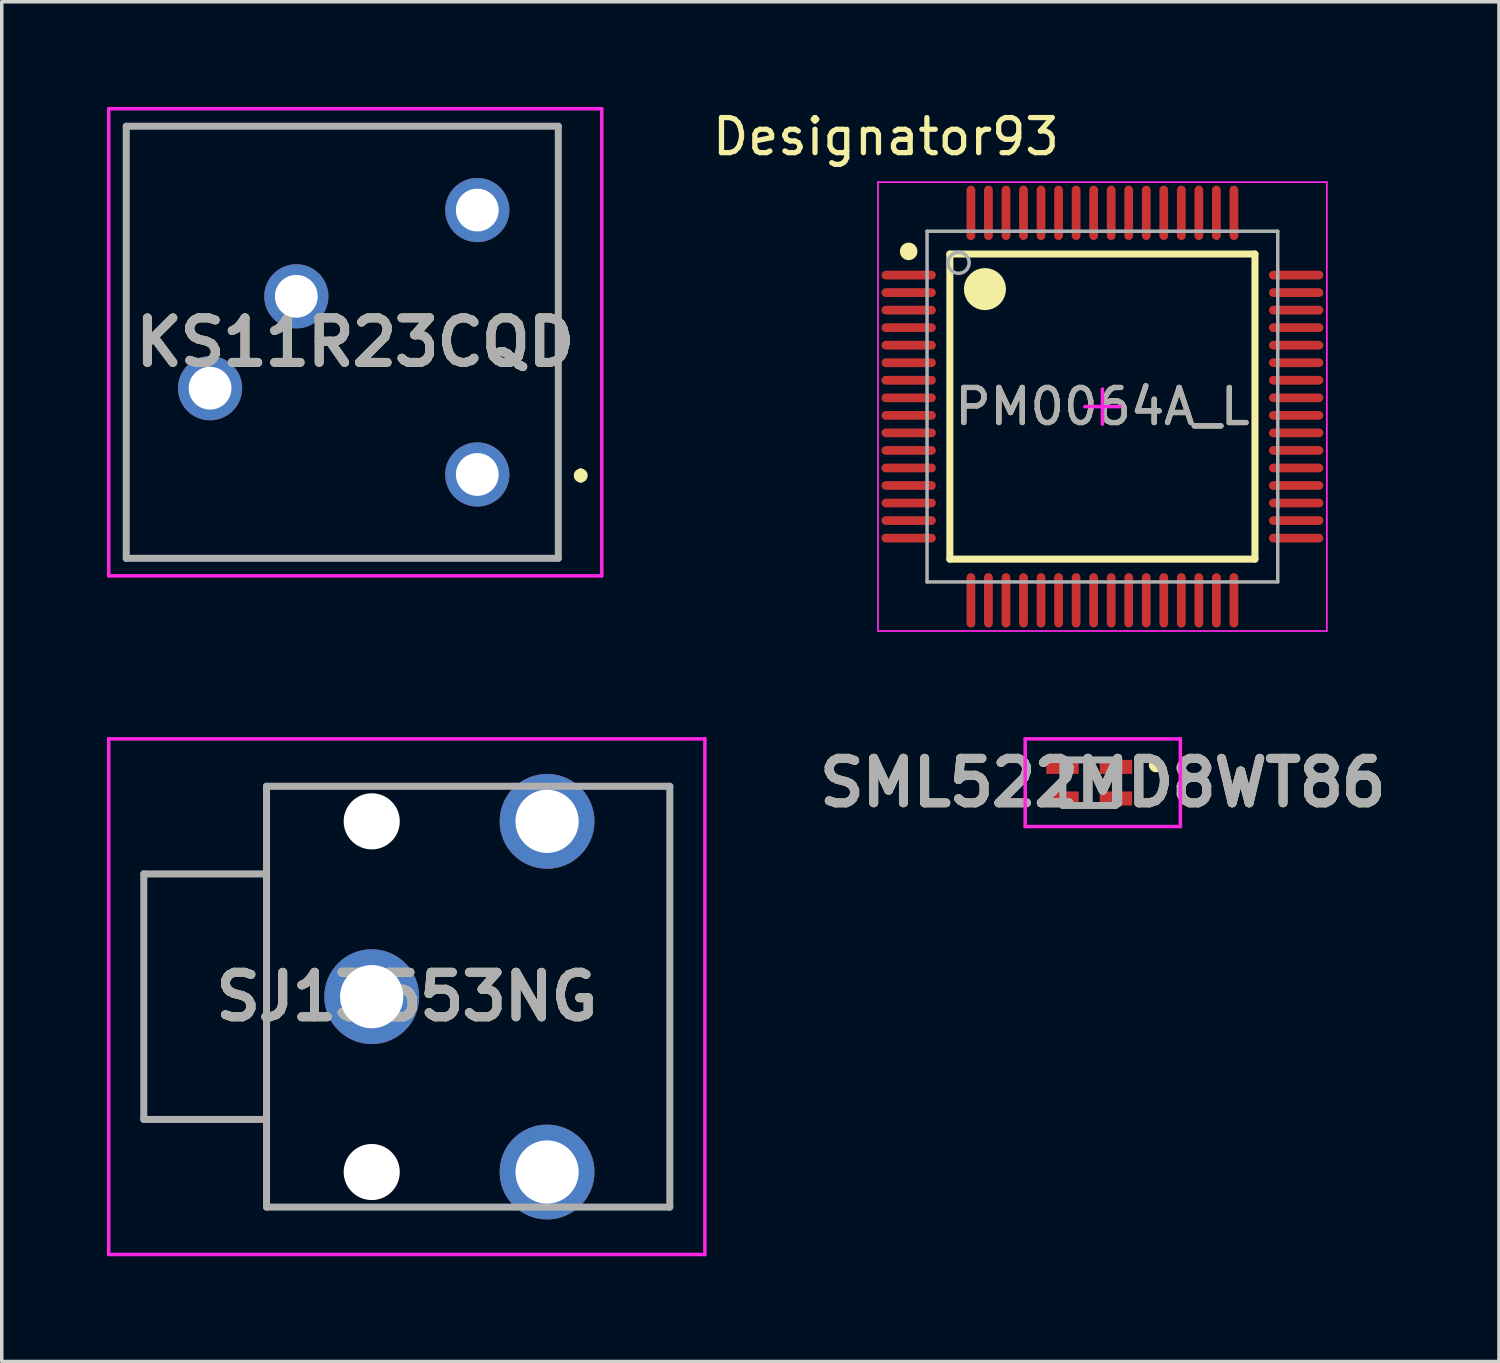
<source format=kicad_pcb>
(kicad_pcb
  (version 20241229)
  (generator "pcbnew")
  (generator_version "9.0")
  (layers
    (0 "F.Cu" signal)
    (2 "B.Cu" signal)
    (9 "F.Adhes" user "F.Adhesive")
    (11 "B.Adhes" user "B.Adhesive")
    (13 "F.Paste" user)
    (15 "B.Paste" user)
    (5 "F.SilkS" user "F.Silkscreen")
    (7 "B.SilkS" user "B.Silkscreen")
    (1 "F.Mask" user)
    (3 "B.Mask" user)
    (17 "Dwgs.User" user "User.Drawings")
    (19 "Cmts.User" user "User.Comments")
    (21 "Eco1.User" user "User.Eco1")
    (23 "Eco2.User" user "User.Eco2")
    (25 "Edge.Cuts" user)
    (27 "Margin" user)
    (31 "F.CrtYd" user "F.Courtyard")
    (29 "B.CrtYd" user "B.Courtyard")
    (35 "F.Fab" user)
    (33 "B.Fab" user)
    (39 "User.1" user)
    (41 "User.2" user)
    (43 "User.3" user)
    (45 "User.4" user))
  (footprint "PM0064A_L"
    (layer "F.Cu")
    (at 28.386 8.544)
    (property "Reference" "PM0064A_L" (at 0 0 0) (unlocked yes) (layer "F.SilkS") (effects (font (size 1 1) (thickness 0.15))))
    (attr smd)
    (fp_line (start -4.35 -4.35) (end 4.35 -4.35) (stroke (width 0.2) (type solid)) (layer "F.SilkS"))
    (fp_line (start -4.35 4.35) (end -4.35 -4.35) (stroke (width 0.2) (type solid)) (layer "F.SilkS"))
    (fp_line (start -4.35 4.35) (end 4.35 4.35) (stroke (width 0.2) (type solid)) (layer "F.SilkS"))
    (fp_line (start 4.35 4.35) (end 4.35 -4.35) (stroke (width 0.2) (type solid)) (layer "F.SilkS"))
    (fp_circle (center -5.525 -4.425) (end -5.4 -4.425) (stroke (width 0.25) (type solid)) (fill no) (layer "F.SilkS"))
    (fp_circle (center -3.35 -3.35) (end -3.05 -3.35) (stroke (width 0.6) (type solid)) (fill no) (layer "F.SilkS"))
    (fp_line (start -6.4 -6.4) (end 6.4 -6.4) (stroke (width 0.05) (type solid)) (layer "F.CrtYd"))
    (fp_line (start -6.4 6.4) (end -6.4 -6.4) (stroke (width 0.05) (type solid)) (layer "F.CrtYd"))
    (fp_line (start -6.4 6.4) (end 6.4 6.4) (stroke (width 0.05) (type solid)) (layer "F.CrtYd"))
    (fp_line (start -0.5 0) (end 0.5 0) (stroke (width 0.1) (type solid)) (layer "F.CrtYd"))
    (fp_line (start 0 0.5) (end 0 -0.5) (stroke (width 0.1) (type solid)) (layer "F.CrtYd"))
    (fp_line (start 6.4 6.4) (end 6.4 -6.4) (stroke (width 0.05) (type solid)) (layer "F.CrtYd"))
    (fp_line (start -5 -5) (end 5 -5) (stroke (width 0.1) (type solid)) (layer "F.Fab"))
    (fp_line (start -5 5) (end -5 -5) (stroke (width 0.1) (type solid)) (layer "F.Fab"))
    (fp_line (start -5 5) (end 5 5) (stroke (width 0.1) (type solid)) (layer "F.Fab"))
    (fp_line (start 5 5) (end 5 -5) (stroke (width 0.1) (type solid)) (layer "F.Fab"))
    (fp_circle (center -4.1 -4.1) (end -3.8 -4.1) (stroke (width 0.1) (type solid)) (fill no) (layer "F.Fab"))
    (fp_text user "Designator93" (at -6.172 -7.696 0) (unlocked yes) (layer "F.SilkS") (effects (font (size 1 1) (thickness 0.15))))
    (fp_text user "${REFERENCE}" (at 0 0 0) (unlocked yes) (layer "F.Fab") (effects (font (size 1 1) (thickness 0.15))))
    (pad "1" smd oval (at -5.525 -3.75 90) (size 0.25 1.55) (layers "F.Cu" "F.Mask" "F.Paste"))
    (pad "2" smd oval (at -5.525 -3.25 90) (size 0.25 1.55) (layers "F.Cu" "F.Mask" "F.Paste"))
    (pad "3" smd oval (at -5.525 -2.75 90) (size 0.25 1.55) (layers "F.Cu" "F.Mask" "F.Paste"))
    (pad "4" smd oval (at -5.525 -2.25 90) (size 0.25 1.55) (layers "F.Cu" "F.Mask" "F.Paste"))
    (pad "5" smd oval (at -5.525 -1.75 90) (size 0.25 1.55) (layers "F.Cu" "F.Mask" "F.Paste"))
    (pad "6" smd oval (at -5.525 -1.25 90) (size 0.25 1.55) (layers "F.Cu" "F.Mask" "F.Paste"))
    (pad "7" smd oval (at -5.525 -0.75 90) (size 0.25 1.55) (layers "F.Cu" "F.Mask" "F.Paste"))
    (pad "8" smd oval (at -5.525 -0.25 90) (size 0.25 1.55) (layers "F.Cu" "F.Mask" "F.Paste"))
    (pad "9" smd oval (at -5.525 0.25 90) (size 0.25 1.55) (layers "F.Cu" "F.Mask" "F.Paste"))
    (pad "10" smd oval (at -5.525 0.75 90) (size 0.25 1.55) (layers "F.Cu" "F.Mask" "F.Paste"))
    (pad "11" smd oval (at -5.525 1.25 90) (size 0.25 1.55) (layers "F.Cu" "F.Mask" "F.Paste"))
    (pad "12" smd oval (at -5.525 1.75 90) (size 0.25 1.55) (layers "F.Cu" "F.Mask" "F.Paste"))
    (pad "13" smd oval (at -5.525 2.25 90) (size 0.25 1.55) (layers "F.Cu" "F.Mask" "F.Paste"))
    (pad "14" smd oval (at -5.525 2.75 90) (size 0.25 1.55) (layers "F.Cu" "F.Mask" "F.Paste"))
    (pad "15" smd oval (at -5.525 3.25 90) (size 0.25 1.55) (layers "F.Cu" "F.Mask" "F.Paste"))
    (pad "16" smd oval (at -5.525 3.75 90) (size 0.25 1.55) (layers "F.Cu" "F.Mask" "F.Paste"))
    (pad "17" smd oval (at -3.75 5.525) (size 0.25 1.55) (layers "F.Cu" "F.Mask" "F.Paste"))
    (pad "18" smd oval (at -3.25 5.525) (size 0.25 1.55) (layers "F.Cu" "F.Mask" "F.Paste"))
    (pad "19" smd oval (at -2.75 5.525) (size 0.25 1.55) (layers "F.Cu" "F.Mask" "F.Paste"))
    (pad "20" smd oval (at -2.25 5.525) (size 0.25 1.55) (layers "F.Cu" "F.Mask" "F.Paste"))
    (pad "21" smd oval (at -1.75 5.525) (size 0.25 1.55) (layers "F.Cu" "F.Mask" "F.Paste"))
    (pad "22" smd oval (at -1.25 5.525) (size 0.25 1.55) (layers "F.Cu" "F.Mask" "F.Paste"))
    (pad "23" smd oval (at -0.75 5.525) (size 0.25 1.55) (layers "F.Cu" "F.Mask" "F.Paste"))
    (pad "24" smd oval (at -0.25 5.525) (size 0.25 1.55) (layers "F.Cu" "F.Mask" "F.Paste"))
    (pad "25" smd oval (at 0.25 5.525) (size 0.25 1.55) (layers "F.Cu" "F.Mask" "F.Paste"))
    (pad "26" smd oval (at 0.75 5.525) (size 0.25 1.55) (layers "F.Cu" "F.Mask" "F.Paste"))
    (pad "27" smd oval (at 1.25 5.525) (size 0.25 1.55) (layers "F.Cu" "F.Mask" "F.Paste"))
    (pad "28" smd oval (at 1.75 5.525) (size 0.25 1.55) (layers "F.Cu" "F.Mask" "F.Paste"))
    (pad "29" smd oval (at 2.25 5.525) (size 0.25 1.55) (layers "F.Cu" "F.Mask" "F.Paste"))
    (pad "30" smd oval (at 2.75 5.525) (size 0.25 1.55) (layers "F.Cu" "F.Mask" "F.Paste"))
    (pad "31" smd oval (at 3.25 5.525) (size 0.25 1.55) (layers "F.Cu" "F.Mask" "F.Paste"))
    (pad "32" smd oval (at 3.75 5.525) (size 0.25 1.55) (layers "F.Cu" "F.Mask" "F.Paste"))
    (pad "33" smd oval (at 5.525 3.75 90) (size 0.25 1.55) (layers "F.Cu" "F.Mask" "F.Paste"))
    (pad "34" smd oval (at 5.525 3.25 90) (size 0.25 1.55) (layers "F.Cu" "F.Mask" "F.Paste"))
    (pad "35" smd oval (at 5.525 2.75 90) (size 0.25 1.55) (layers "F.Cu" "F.Mask" "F.Paste"))
    (pad "36" smd oval (at 5.525 2.25 90) (size 0.25 1.55) (layers "F.Cu" "F.Mask" "F.Paste"))
    (pad "37" smd oval (at 5.525 1.75 90) (size 0.25 1.55) (layers "F.Cu" "F.Mask" "F.Paste"))
    (pad "38" smd oval (at 5.525 1.25 90) (size 0.25 1.55) (layers "F.Cu" "F.Mask" "F.Paste"))
    (pad "39" smd oval (at 5.525 0.75 90) (size 0.25 1.55) (layers "F.Cu" "F.Mask" "F.Paste"))
    (pad "40" smd oval (at 5.525 0.25 90) (size 0.25 1.55) (layers "F.Cu" "F.Mask" "F.Paste"))
    (pad "41" smd oval (at 5.525 -0.25 90) (size 0.25 1.55) (layers "F.Cu" "F.Mask" "F.Paste"))
    (pad "42" smd oval (at 5.525 -0.75 90) (size 0.25 1.55) (layers "F.Cu" "F.Mask" "F.Paste"))
    (pad "43" smd oval (at 5.525 -1.25 90) (size 0.25 1.55) (layers "F.Cu" "F.Mask" "F.Paste"))
    (pad "44" smd oval (at 5.525 -1.75 90) (size 0.25 1.55) (layers "F.Cu" "F.Mask" "F.Paste"))
    (pad "45" smd oval (at 5.525 -2.25 90) (size 0.25 1.55) (layers "F.Cu" "F.Mask" "F.Paste"))
    (pad "46" smd oval (at 5.525 -2.75 90) (size 0.25 1.55) (layers "F.Cu" "F.Mask" "F.Paste"))
    (pad "47" smd oval (at 5.525 -3.25 90) (size 0.25 1.55) (layers "F.Cu" "F.Mask" "F.Paste"))
    (pad "48" smd oval (at 5.525 -3.75 90) (size 0.25 1.55) (layers "F.Cu" "F.Mask" "F.Paste"))
    (pad "49" smd oval (at 3.75 -5.525) (size 0.25 1.55) (layers "F.Cu" "F.Mask" "F.Paste"))
    (pad "50" smd oval (at 3.25 -5.525) (size 0.25 1.55) (layers "F.Cu" "F.Mask" "F.Paste"))
    (pad "51" smd oval (at 2.75 -5.525) (size 0.25 1.55) (layers "F.Cu" "F.Mask" "F.Paste"))
    (pad "52" smd oval (at 2.25 -5.525) (size 0.25 1.55) (layers "F.Cu" "F.Mask" "F.Paste"))
    (pad "53" smd oval (at 1.75 -5.525) (size 0.25 1.55) (layers "F.Cu" "F.Mask" "F.Paste"))
    (pad "54" smd oval (at 1.25 -5.525) (size 0.25 1.55) (layers "F.Cu" "F.Mask" "F.Paste"))
    (pad "55" smd oval (at 0.75 -5.525) (size 0.25 1.55) (layers "F.Cu" "F.Mask" "F.Paste"))
    (pad "56" smd oval (at 0.25 -5.525) (size 0.25 1.55) (layers "F.Cu" "F.Mask" "F.Paste"))
    (pad "57" smd oval (at -0.25 -5.525) (size 0.25 1.55) (layers "F.Cu" "F.Mask" "F.Paste"))
    (pad "58" smd oval (at -0.75 -5.525) (size 0.25 1.55) (layers "F.Cu" "F.Mask" "F.Paste"))
    (pad "59" smd oval (at -1.25 -5.525) (size 0.25 1.55) (layers "F.Cu" "F.Mask" "F.Paste"))
    (pad "60" smd oval (at -1.75 -5.525) (size 0.25 1.55) (layers "F.Cu" "F.Mask" "F.Paste"))
    (pad "61" smd oval (at -2.25 -5.525) (size 0.25 1.55) (layers "F.Cu" "F.Mask" "F.Paste"))
    (pad "62" smd oval (at -2.75 -5.525) (size 0.25 1.55) (layers "F.Cu" "F.Mask" "F.Paste"))
    (pad "63" smd oval (at -3.25 -5.525) (size 0.25 1.55) (layers "F.Cu" "F.Mask" "F.Paste"))
    (pad "64" smd oval (at -3.75 -5.525) (size 0.25 1.55) (layers "F.Cu" "F.Mask" "F.Paste")))
  (footprint "SML522MD8WT86"
    (layer "F.Cu")
    (at 28.397 19.269)
    (property "Reference" "SML522MD8WT86" (at 0 0 0) (layer "F.SilkS") (effects (font (size 1.27 1.27) (thickness 0.254))))
    (attr smd)
    (fp_line (start 1.512 -0.6) (end 1.512 -0.6) (stroke (width 0.2) (type solid)) (layer "F.SilkS"))
    (fp_line (start 1.512 -0.4) (end 1.512 -0.4) (stroke (width 0.2) (type solid)) (layer "F.SilkS"))
    (fp_arc (start 1.512 -0.6) (mid 1.612 -0.5) (end 1.512 -0.4) (stroke (width 0.2) (type solid)) (layer "F.SilkS"))
    (fp_arc (start 1.512 -0.4) (mid 1.412 -0.5) (end 1.512 -0.6) (stroke (width 0.2) (type solid)) (layer "F.SilkS"))
    (fp_line (start -2.213 -1.25) (end 2.212 -1.25) (stroke (width 0.1) (type solid)) (layer "F.CrtYd"))
    (fp_line (start -2.213 1.25) (end -2.213 -1.25) (stroke (width 0.1) (type solid)) (layer "F.CrtYd"))
    (fp_line (start 2.212 -1.25) (end 2.212 1.25) (stroke (width 0.1) (type solid)) (layer "F.CrtYd"))
    (fp_line (start 2.212 1.25) (end -2.213 1.25) (stroke (width 0.1) (type solid)) (layer "F.CrtYd"))
    (fp_line (start -1.138 -0.65) (end 0.362 -0.65) (stroke (width 0.2) (type solid)) (layer "F.Fab"))
    (fp_line (start -1.138 0.65) (end -1.138 -0.65) (stroke (width 0.2) (type solid)) (layer "F.Fab"))
    (fp_line (start 0.362 -0.65) (end 0.362 0.65) (stroke (width 0.2) (type solid)) (layer "F.Fab"))
    (fp_line (start 0.362 0.65) (end -1.138 0.65) (stroke (width 0.2) (type solid)) (layer "F.Fab"))
    (fp_text user "${REFERENCE}" (at 0 0 0) (layer "F.Fab") (effects (font (size 1.27 1.27) (thickness 0.254))))
    (pad "1" smd rect (at 0.375 -0.45 90) (size 0.4 0.925) (layers "F.Cu" "F.Mask" "F.Paste"))
    (pad "2" smd rect (at -1.15 -0.45 90) (size 0.4 0.925) (layers "F.Cu" "F.Mask" "F.Paste"))
    (pad "3" smd rect (at 0.375 0.45 90) (size 0.4 0.925) (layers "F.Cu" "F.Mask" "F.Paste"))
    (pad "4" smd rect (at -1.15 0.45 90) (size 0.4 0.925) (layers "F.Cu" "F.Mask" "F.Paste")))
  (footprint "SJ13553NG"
    (layer "F.Cu")
    (at 7.55 25.371)
    (property "Reference" "SJ13553NG" (at 1 0 0) (layer "F.SilkS") (effects (font (size 1.27 1.27) (thickness 0.254))))
    (attr through_hole)
    (fp_line (start -3 -6) (end -3 6) (stroke (width 0.1) (type solid)) (layer "F.SilkS"))
    (fp_line (start -3 6) (end 3 6) (stroke (width 0.1) (type solid)) (layer "F.SilkS"))
    (fp_line (start 3 -6) (end -3 -6) (stroke (width 0.1) (type solid)) (layer "F.SilkS"))
    (fp_line (start 7 -6) (end 8.5 -6) (stroke (width 0.1) (type solid)) (layer "F.SilkS"))
    (fp_line (start 8.5 -6) (end 8.5 6) (stroke (width 0.1) (type solid)) (layer "F.SilkS"))
    (fp_line (start 8.5 6) (end 7 6) (stroke (width 0.1) (type solid)) (layer "F.SilkS"))
    (fp_line (start -7.5 -7.352) (end 9.5 -7.352) (stroke (width 0.1) (type solid)) (layer "F.CrtYd"))
    (fp_line (start -7.5 7.352) (end -7.5 -7.352) (stroke (width 0.1) (type solid)) (layer "F.CrtYd"))
    (fp_line (start 9.5 -7.352) (end 9.5 7.352) (stroke (width 0.1) (type solid)) (layer "F.CrtYd"))
    (fp_line (start 9.5 7.352) (end -7.5 7.352) (stroke (width 0.1) (type solid)) (layer "F.CrtYd"))
    (fp_line (start -6.5 -3.5) (end -6.5 3.5) (stroke (width 0.2) (type solid)) (layer "F.Fab"))
    (fp_line (start -6.5 3.5) (end -3 3.5) (stroke (width 0.2) (type solid)) (layer "F.Fab"))
    (fp_line (start -3 -6) (end 8.5 -6) (stroke (width 0.2) (type solid)) (layer "F.Fab"))
    (fp_line (start -3 -3.5) (end -6.5 -3.5) (stroke (width 0.2) (type solid)) (layer "F.Fab"))
    (fp_line (start -3 6) (end -3 -6) (stroke (width 0.2) (type solid)) (layer "F.Fab"))
    (fp_line (start 8.5 -6) (end 8.5 6) (stroke (width 0.2) (type solid)) (layer "F.Fab"))
    (fp_line (start 8.5 6) (end -3 6) (stroke (width 0.2) (type solid)) (layer "F.Fab"))
    (fp_text user "${REFERENCE}" (at 1 0 0) (layer "F.Fab") (effects (font (size 1.27 1.27) (thickness 0.254))))
    (pad "" np_thru_hole circle (at 0 -5) (size 1.6 1.6) (drill 1.6) (layers "*.Cu" "*.Mask"))
    (pad "" np_thru_hole circle (at 0 5) (size 1.6 1.6) (drill 1.6) (layers "*.Cu" "*.Mask"))
    (pad "1" thru_hole circle (at 0 0) (size 2.704 2.704) (drill 1.803) (layers "*.Cu" "*.Mask"))
    (pad "2" thru_hole circle (at 5 5) (size 2.704 2.704) (drill 1.803) (layers "*.Cu" "*.Mask"))
    (pad "3" thru_hole circle (at 5 -5) (size 2.704 2.704) (drill 1.803) (layers "*.Cu" "*.Mask")))
  (footprint "KS11R23CQD"
    (layer "F.Cu")
    (at 10.56 10.48)
    (property "Reference" "KS11R23CQD" (at -3.48 -3.77 0) (layer "F.SilkS") (effects (font (size 1.27 1.27) (thickness 0.254))))
    (attr through_hole)
    (fp_line (start -10.01 -9.93) (end 2.31 -9.93) (stroke (width 0.1) (type solid)) (layer "F.SilkS"))
    (fp_line (start -10.01 2.39) (end -10.01 -9.93) (stroke (width 0.1) (type solid)) (layer "F.SilkS"))
    (fp_line (start 2.31 -9.93) (end 2.31 2.39) (stroke (width 0.1) (type solid)) (layer "F.SilkS"))
    (fp_line (start 2.31 2.39) (end -10.01 2.39) (stroke (width 0.1) (type solid)) (layer "F.SilkS"))
    (fp_line (start 2.95 -0.07) (end 2.95 -0.07) (stroke (width 0.2) (type solid)) (layer "F.SilkS"))
    (fp_line (start 2.95 0.13) (end 2.95 0.13) (stroke (width 0.2) (type solid)) (layer "F.SilkS"))
    (fp_arc (start 2.95 -0.07) (mid 3.05 0.03) (end 2.95 0.13) (stroke (width 0.2) (type solid)) (layer "F.SilkS"))
    (fp_arc (start 2.95 0.13) (mid 2.85 0.03) (end 2.95 -0.07) (stroke (width 0.2) (type solid)) (layer "F.SilkS"))
    (fp_line (start -10.51 -10.43) (end 3.55 -10.43) (stroke (width 0.1) (type solid)) (layer "F.CrtYd"))
    (fp_line (start -10.51 2.89) (end -10.51 -10.43) (stroke (width 0.1) (type solid)) (layer "F.CrtYd"))
    (fp_line (start 3.55 -10.43) (end 3.55 2.89) (stroke (width 0.1) (type solid)) (layer "F.CrtYd"))
    (fp_line (start 3.55 2.89) (end -10.51 2.89) (stroke (width 0.1) (type solid)) (layer "F.CrtYd"))
    (fp_line (start -10.01 -9.93) (end 2.31 -9.93) (stroke (width 0.2) (type solid)) (layer "F.Fab"))
    (fp_line (start -10.01 2.39) (end -10.01 -9.93) (stroke (width 0.2) (type solid)) (layer "F.Fab"))
    (fp_line (start 2.31 -9.93) (end 2.31 2.39) (stroke (width 0.2) (type solid)) (layer "F.Fab"))
    (fp_line (start 2.31 2.39) (end -10.01 2.39) (stroke (width 0.2) (type solid)) (layer "F.Fab"))
    (fp_text user "${REFERENCE}" (at -3.48 -3.77 0) (layer "F.Fab") (effects (font (size 1.27 1.27) (thickness 0.254))))
    (pad "1" thru_hole circle (at 0 0) (size 1.83 1.83) (drill 1.22) (layers "*.Cu" "*.Mask"))
    (pad "3" thru_hole circle (at -5.16 -5.08) (size 1.83 1.83) (drill 1.22) (layers "*.Cu" "*.Mask"))
    (pad "MH1" thru_hole circle (at 0 -7.54) (size 1.83 1.83) (drill 1.22) (layers "*.Cu" "*.Mask"))
    (pad "MH2" thru_hole circle (at -7.62 -2.46) (size 1.83 1.83) (drill 1.22) (layers "*.Cu" "*.Mask")))
  (gr_rect
    (start -3 -3)
    (end 39.695 35.773)
    (stroke (width 0.1) (type default))
    (fill no)
    (layer "Edge.Cuts")))
</source>
